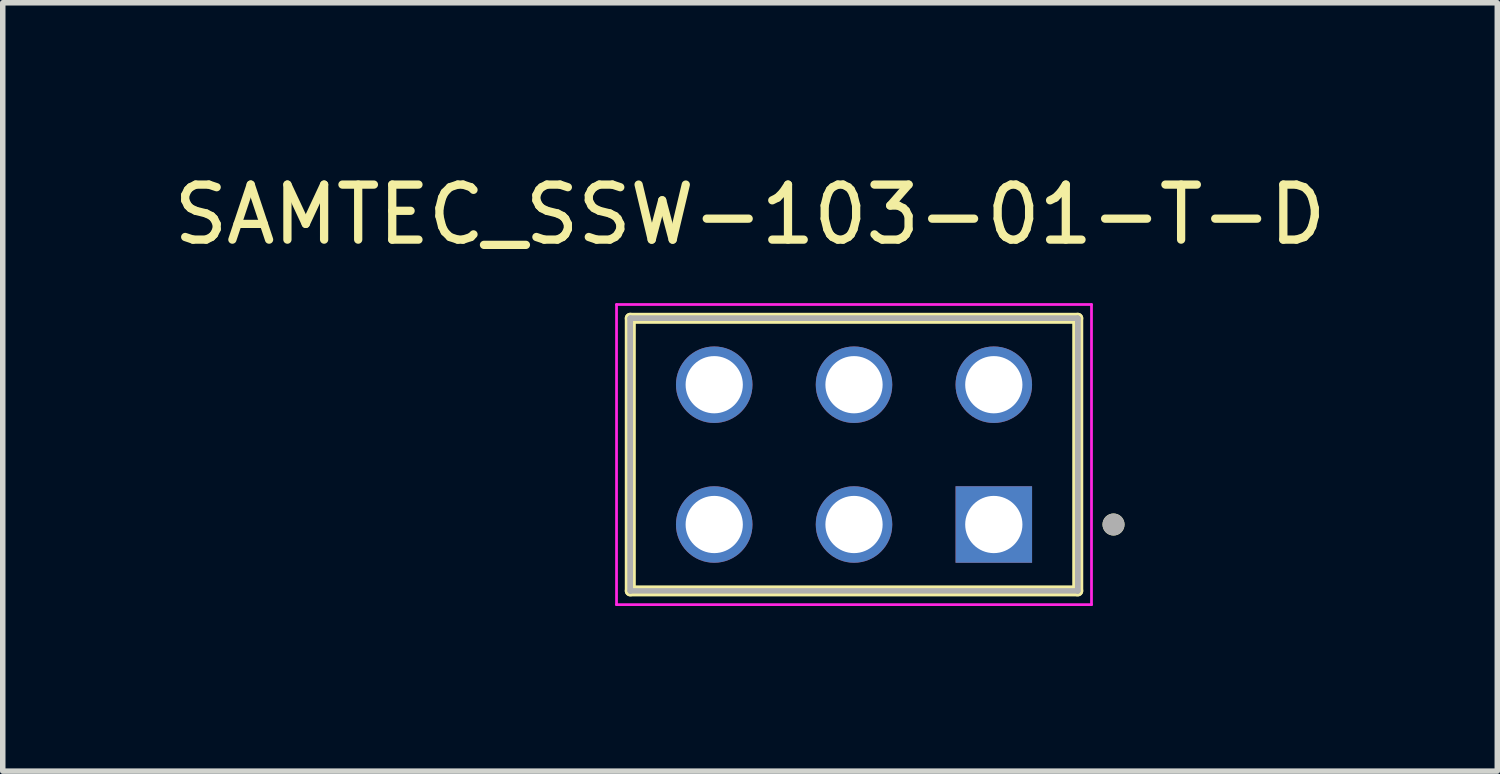
<source format=kicad_pcb>
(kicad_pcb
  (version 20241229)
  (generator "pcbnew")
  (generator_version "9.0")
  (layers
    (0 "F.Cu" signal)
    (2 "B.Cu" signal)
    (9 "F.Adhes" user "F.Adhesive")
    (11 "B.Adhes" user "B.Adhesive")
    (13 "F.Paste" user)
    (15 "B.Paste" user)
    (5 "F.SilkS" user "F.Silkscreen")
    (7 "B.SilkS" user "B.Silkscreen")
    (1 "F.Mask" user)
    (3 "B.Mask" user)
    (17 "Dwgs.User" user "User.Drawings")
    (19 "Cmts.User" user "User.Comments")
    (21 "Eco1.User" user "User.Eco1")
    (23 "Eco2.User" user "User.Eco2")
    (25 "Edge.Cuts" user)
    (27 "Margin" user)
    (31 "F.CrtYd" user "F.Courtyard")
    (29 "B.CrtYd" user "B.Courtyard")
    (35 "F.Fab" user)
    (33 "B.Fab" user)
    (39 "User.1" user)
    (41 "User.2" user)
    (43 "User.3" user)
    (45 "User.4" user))
  (footprint "SAMTEC_SSW-103-01-T-D"
    (layer "F.Cu")
    (at 15.007 6.48)
    (property "Reference" "SAMTEC_SSW-103-01-T-D" (at -4.43 -5.631 0) (layer "F.SilkS") (effects (font (size 1 1) (thickness 0.15))))
    (attr through_hole)
    (fp_line (start -6.605 1.206) (end -6.605 -3.747) (stroke (width 0.2) (type solid)) (layer "F.SilkS"))
    (fp_line (start 1.525 -3.747) (end -6.605 -3.747) (stroke (width 0.2) (type solid)) (layer "F.SilkS"))
    (fp_line (start 1.525 -3.747) (end 1.525 1.206) (stroke (width 0.2) (type solid)) (layer "F.SilkS"))
    (fp_line (start 1.525 1.206) (end -6.605 1.206) (stroke (width 0.2) (type solid)) (layer "F.SilkS"))
    (fp_circle (center 2.175 0) (end 2.275 0) (stroke (width 0.2) (type solid)) (fill no) (layer "F.SilkS"))
    (fp_line (start -6.855 -3.997) (end 1.775 -3.997) (stroke (width 0.05) (type solid)) (layer "F.CrtYd"))
    (fp_line (start -6.855 1.456) (end -6.855 -3.997) (stroke (width 0.05) (type solid)) (layer "F.CrtYd"))
    (fp_line (start 1.775 -3.997) (end 1.775 1.456) (stroke (width 0.05) (type solid)) (layer "F.CrtYd"))
    (fp_line (start 1.775 1.456) (end -6.855 1.456) (stroke (width 0.05) (type solid)) (layer "F.CrtYd"))
    (fp_line (start -6.605 -3.747) (end 1.525 -3.747) (stroke (width 0.1) (type solid)) (layer "F.Fab"))
    (fp_line (start -6.605 -3.747) (end 1.525 -3.747) (stroke (width 0.1) (type solid)) (layer "F.Fab"))
    (fp_line (start -6.605 1.206) (end -6.605 -3.747) (stroke (width 0.1) (type solid)) (layer "F.Fab"))
    (fp_line (start -6.605 1.206) (end -6.605 -3.747) (stroke (width 0.1) (type solid)) (layer "F.Fab"))
    (fp_line (start 1.525 -3.747) (end 1.525 1.206) (stroke (width 0.1) (type solid)) (layer "F.Fab"))
    (fp_line (start 1.525 -3.747) (end 1.525 1.206) (stroke (width 0.1) (type solid)) (layer "F.Fab"))
    (fp_line (start 1.525 1.206) (end -6.605 1.206) (stroke (width 0.1) (type solid)) (layer "F.Fab"))
    (fp_circle (center 2.175 0) (end 2.275 0) (stroke (width 0.2) (type solid)) (fill no) (layer "F.Fab"))
    (pad "01" thru_hole rect (at 0 0) (size 1.39 1.39) (drill 1.04) (layers "*.Cu" "*.Mask"))
    (pad "02" thru_hole circle (at 0 -2.54) (size 1.39 1.39) (drill 1.04) (layers "*.Cu" "*.Mask"))
    (pad "03" thru_hole circle (at -2.54 0) (size 1.39 1.39) (drill 1.04) (layers "*.Cu" "*.Mask"))
    (pad "04" thru_hole circle (at -2.54 -2.54) (size 1.39 1.39) (drill 1.04) (layers "*.Cu" "*.Mask"))
    (pad "05" thru_hole circle (at -5.08 0) (size 1.39 1.39) (drill 1.04) (layers "*.Cu" "*.Mask"))
    (pad "06" thru_hole circle (at -5.08 -2.54) (size 1.39 1.39) (drill 1.04) (layers "*.Cu" "*.Mask")))
  (gr_rect
    (start -3 -3)
    (end 24.155 10.961)
    (stroke (width 0.1) (type default))
    (fill no)
    (layer "Edge.Cuts")))
</source>
